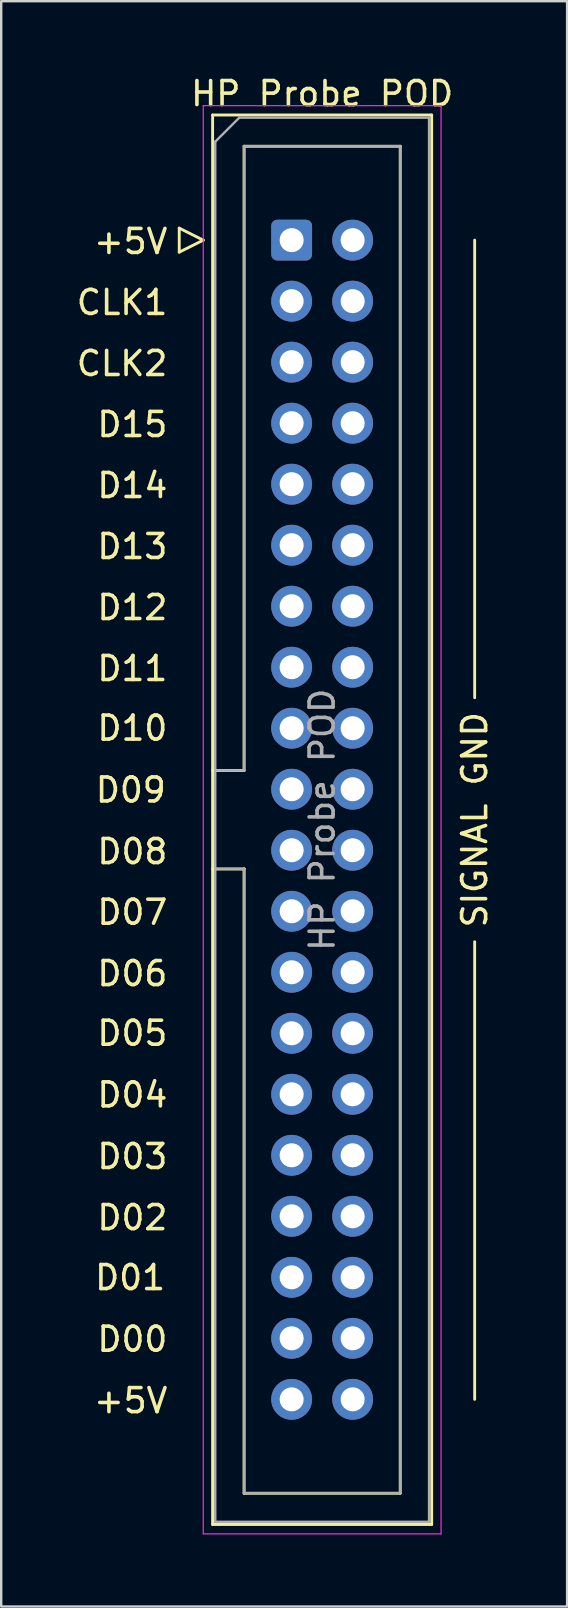
<source format=kicad_pcb>
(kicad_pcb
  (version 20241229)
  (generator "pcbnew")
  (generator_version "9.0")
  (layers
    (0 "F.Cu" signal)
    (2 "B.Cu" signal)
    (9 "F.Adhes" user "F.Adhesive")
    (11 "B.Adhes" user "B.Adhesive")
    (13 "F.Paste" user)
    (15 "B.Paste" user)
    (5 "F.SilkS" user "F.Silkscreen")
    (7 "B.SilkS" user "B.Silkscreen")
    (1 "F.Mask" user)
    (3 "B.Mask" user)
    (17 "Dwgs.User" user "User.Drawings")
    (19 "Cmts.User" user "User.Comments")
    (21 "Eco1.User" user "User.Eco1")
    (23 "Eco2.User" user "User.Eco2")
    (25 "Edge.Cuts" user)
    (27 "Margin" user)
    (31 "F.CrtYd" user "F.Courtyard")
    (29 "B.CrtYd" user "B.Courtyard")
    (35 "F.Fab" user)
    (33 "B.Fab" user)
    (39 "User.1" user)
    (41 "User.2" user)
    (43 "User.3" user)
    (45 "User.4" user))
  (footprint "HP Probe POD"
    (layer "F.Cu")
    (at 9.092 6.948)
    (property "Reference" "HP Probe POD" (at 1.27 -6.1 0) (layer "F.SilkS") (effects (font (size 1 1) (thickness 0.15))))
    (attr through_hole)
    (fp_line (start -4.68 -0.5) (end -4.68 0.5) (stroke (width 0.12) (type solid)) (layer "F.SilkS"))
    (fp_line (start -4.68 0.5) (end -3.68 0) (stroke (width 0.12) (type solid)) (layer "F.SilkS"))
    (fp_line (start -3.68 0) (end -4.68 -0.5) (stroke (width 0.12) (type solid)) (layer "F.SilkS"))
    (fp_line (start -3.29 -5.21) (end 5.83 -5.21) (stroke (width 0.12) (type solid)) (layer "F.SilkS"))
    (fp_line (start -3.29 22.08) (end -1.98 22.08) (stroke (width 0.12) (type solid)) (layer "F.SilkS"))
    (fp_line (start -3.29 53.47) (end -3.29 -5.21) (stroke (width 0.12) (type solid)) (layer "F.SilkS"))
    (fp_line (start -1.98 -3.91) (end 4.52 -3.91) (stroke (width 0.12) (type solid)) (layer "F.SilkS"))
    (fp_line (start -1.98 22.08) (end -1.98 -3.91) (stroke (width 0.12) (type solid)) (layer "F.SilkS"))
    (fp_line (start -1.98 26.18) (end -3.29 26.18) (stroke (width 0.12) (type solid)) (layer "F.SilkS"))
    (fp_line (start -1.98 26.18) (end -1.98 26.18) (stroke (width 0.12) (type solid)) (layer "F.SilkS"))
    (fp_line (start -1.98 52.17) (end -1.98 26.18) (stroke (width 0.12) (type solid)) (layer "F.SilkS"))
    (fp_line (start 4.52 -3.91) (end 4.52 52.17) (stroke (width 0.12) (type solid)) (layer "F.SilkS"))
    (fp_line (start 4.52 52.17) (end -1.98 52.17) (stroke (width 0.12) (type solid)) (layer "F.SilkS"))
    (fp_line (start 5.83 -5.21) (end 5.83 53.47) (stroke (width 0.12) (type solid)) (layer "F.SilkS"))
    (fp_line (start 5.83 53.47) (end -3.29 53.47) (stroke (width 0.12) (type solid)) (layer "F.SilkS"))
    (fp_line (start 7.62 19.05) (end 7.62 0) (stroke (width 0.12) (type solid)) (layer "F.SilkS"))
    (fp_line (start 7.62 29.21) (end 7.62 48.26) (stroke (width 0.12) (type solid)) (layer "F.SilkS"))
    (fp_line (start -3.68 -5.6) (end -3.68 53.86) (stroke (width 0.05) (type solid)) (layer "F.CrtYd"))
    (fp_line (start -3.68 53.86) (end 6.22 53.86) (stroke (width 0.05) (type solid)) (layer "F.CrtYd"))
    (fp_line (start 6.22 -5.6) (end -3.68 -5.6) (stroke (width 0.05) (type solid)) (layer "F.CrtYd"))
    (fp_line (start 6.22 53.86) (end 6.22 -5.6) (stroke (width 0.05) (type solid)) (layer "F.CrtYd"))
    (fp_line (start -3.18 -4.1) (end -2.18 -5.1) (stroke (width 0.1) (type solid)) (layer "F.Fab"))
    (fp_line (start -3.18 22.08) (end -1.98 22.08) (stroke (width 0.1) (type solid)) (layer "F.Fab"))
    (fp_line (start -3.18 53.36) (end -3.18 -4.1) (stroke (width 0.1) (type solid)) (layer "F.Fab"))
    (fp_line (start -2.18 -5.1) (end 5.72 -5.1) (stroke (width 0.1) (type solid)) (layer "F.Fab"))
    (fp_line (start -1.98 -3.91) (end 4.52 -3.91) (stroke (width 0.1) (type solid)) (layer "F.Fab"))
    (fp_line (start -1.98 22.08) (end -1.98 -3.91) (stroke (width 0.1) (type solid)) (layer "F.Fab"))
    (fp_line (start -1.98 26.18) (end -3.18 26.18) (stroke (width 0.1) (type solid)) (layer "F.Fab"))
    (fp_line (start -1.98 26.18) (end -1.98 26.18) (stroke (width 0.1) (type solid)) (layer "F.Fab"))
    (fp_line (start -1.98 52.17) (end -1.98 26.18) (stroke (width 0.1) (type solid)) (layer "F.Fab"))
    (fp_line (start 4.52 -3.91) (end 4.52 52.17) (stroke (width 0.1) (type solid)) (layer "F.Fab"))
    (fp_line (start 4.52 52.17) (end -1.98 52.17) (stroke (width 0.1) (type solid)) (layer "F.Fab"))
    (fp_line (start 5.72 -5.1) (end 5.72 53.36) (stroke (width 0.1) (type solid)) (layer "F.Fab"))
    (fp_line (start 5.72 53.36) (end -3.18 53.36) (stroke (width 0.1) (type solid)) (layer "F.Fab"))
    (fp_text user "D06" (at -5.08 30.536 0) (unlocked yes) (layer "F.SilkS") (effects (font (size 1 1) (thickness 0.15)) (justify right)))
    (fp_text user "D05" (at -5.08 33.02 0) (unlocked yes) (layer "F.SilkS") (effects (font (size 1 1) (thickness 0.15)) (justify right)))
    (fp_text user "+5V" (at -5.08 0.056 0) (unlocked yes) (layer "F.SilkS") (effects (font (size 1 1) (thickness 0.15)) (justify right)))
    (fp_text user "D11" (at -5.08 17.836 0) (unlocked yes) (layer "F.SilkS") (effects (font (size 1 1) (thickness 0.15)) (justify right)))
    (fp_text user "SIGNAL GND" (at 7.62 24.13 90) (unlocked yes) (layer "F.SilkS") (effects (font (size 1 1) (thickness 0.15))))
    (fp_text user "D15" (at -5.08 7.676 0) (unlocked yes) (layer "F.SilkS") (effects (font (size 1 1) (thickness 0.15)) (justify right)))
    (fp_text user "D00" (at -5.08 45.759 0) (unlocked yes) (layer "F.SilkS") (effects (font (size 1 1) (thickness 0.15)) (justify right)))
    (fp_text user "+5V" (at -5.08 48.316 0) (unlocked yes) (layer "F.SilkS") (effects (font (size 1 1) (thickness 0.15)) (justify right)))
    (fp_text user "D12" (at -5.08 15.296 0) (unlocked yes) (layer "F.SilkS") (effects (font (size 1 1) (thickness 0.15)) (justify right)))
    (fp_text user "D10" (at -5.08 20.317 0) (unlocked yes) (layer "F.SilkS") (effects (font (size 1 1) (thickness 0.15)) (justify right)))
    (fp_text user "D13" (at -5.08 12.756 0) (unlocked yes) (layer "F.SilkS") (effects (font (size 1 1) (thickness 0.15)) (justify right)))
    (fp_text user "D02" (at -5.08 40.696 0) (unlocked yes) (layer "F.SilkS") (effects (font (size 1 1) (thickness 0.15)) (justify right)))
    (fp_text user "D04" (at -5.08 35.587 0) (unlocked yes) (layer "F.SilkS") (effects (font (size 1 1) (thickness 0.15)) (justify right)))
    (fp_text user "D03" (at -5.08 38.153 0) (unlocked yes) (layer "F.SilkS") (effects (font (size 1 1) (thickness 0.15)) (justify right)))
    (fp_text user "CLK1" (at -5.08 2.596 0) (unlocked yes) (layer "F.SilkS") (effects (font (size 1 1) (thickness 0.15)) (justify right)))
    (fp_text user "D01" (at -5.175 43.192 0) (unlocked yes) (layer "F.SilkS") (effects (font (size 1 1) (thickness 0.15)) (justify right)))
    (fp_text user "D08" (at -5.08 25.456 0) (unlocked yes) (layer "F.SilkS") (effects (font (size 1 1) (thickness 0.15)) (justify right)))
    (fp_text user "D14" (at -5.08 10.216 0) (unlocked yes) (layer "F.SilkS") (effects (font (size 1 1) (thickness 0.15)) (justify right)))
    (fp_text user "D07" (at -5.08 27.982 0) (unlocked yes) (layer "F.SilkS") (effects (font (size 1 1) (thickness 0.15)) (justify right)))
    (fp_text user "D09" (at -5.146 22.892 0) (unlocked yes) (layer "F.SilkS") (effects (font (size 1 1) (thickness 0.15)) (justify right)))
    (fp_text user "CLK2" (at -5.08 5.136 0) (unlocked yes) (layer "F.SilkS") (effects (font (size 1 1) (thickness 0.15)) (justify right)))
    (fp_text user "${REFERENCE}" (at 1.27 24.13 90) (layer "F.Fab") (effects (font (size 1 1) (thickness 0.15))))
    (pad "1" thru_hole roundrect (at 0 0) (size 1.7 1.7) (drill 1) (layers "*.Cu" "*.Mask") (roundrect_rratio 0.147))
    (pad "2" thru_hole circle (at 2.54 0) (size 1.7 1.7) (drill 1) (layers "*.Cu" "*.Mask"))
    (pad "3" thru_hole circle (at 0 2.54) (size 1.7 1.7) (drill 1) (layers "*.Cu" "*.Mask"))
    (pad "4" thru_hole circle (at 2.54 2.54) (size 1.7 1.7) (drill 1) (layers "*.Cu" "*.Mask"))
    (pad "5" thru_hole circle (at 0 5.08) (size 1.7 1.7) (drill 1) (layers "*.Cu" "*.Mask"))
    (pad "6" thru_hole circle (at 2.54 5.08) (size 1.7 1.7) (drill 1) (layers "*.Cu" "*.Mask"))
    (pad "7" thru_hole circle (at 0 7.62) (size 1.7 1.7) (drill 1) (layers "*.Cu" "*.Mask"))
    (pad "8" thru_hole circle (at 2.54 7.62) (size 1.7 1.7) (drill 1) (layers "*.Cu" "*.Mask"))
    (pad "9" thru_hole circle (at 0 10.16) (size 1.7 1.7) (drill 1) (layers "*.Cu" "*.Mask"))
    (pad "10" thru_hole circle (at 2.54 10.16) (size 1.7 1.7) (drill 1) (layers "*.Cu" "*.Mask"))
    (pad "11" thru_hole circle (at 0 12.7) (size 1.7 1.7) (drill 1) (layers "*.Cu" "*.Mask"))
    (pad "12" thru_hole circle (at 2.54 12.7) (size 1.7 1.7) (drill 1) (layers "*.Cu" "*.Mask"))
    (pad "13" thru_hole circle (at 0 15.24) (size 1.7 1.7) (drill 1) (layers "*.Cu" "*.Mask"))
    (pad "14" thru_hole circle (at 2.54 15.24) (size 1.7 1.7) (drill 1) (layers "*.Cu" "*.Mask"))
    (pad "15" thru_hole circle (at 0 17.78) (size 1.7 1.7) (drill 1) (layers "*.Cu" "*.Mask"))
    (pad "16" thru_hole circle (at 2.54 17.78) (size 1.7 1.7) (drill 1) (layers "*.Cu" "*.Mask"))
    (pad "17" thru_hole circle (at 0 20.32) (size 1.7 1.7) (drill 1) (layers "*.Cu" "*.Mask"))
    (pad "18" thru_hole circle (at 2.54 20.32) (size 1.7 1.7) (drill 1) (layers "*.Cu" "*.Mask"))
    (pad "19" thru_hole circle (at 0 22.86) (size 1.7 1.7) (drill 1) (layers "*.Cu" "*.Mask"))
    (pad "20" thru_hole circle (at 2.54 22.86) (size 1.7 1.7) (drill 1) (layers "*.Cu" "*.Mask"))
    (pad "21" thru_hole circle (at 0 25.4) (size 1.7 1.7) (drill 1) (layers "*.Cu" "*.Mask"))
    (pad "22" thru_hole circle (at 2.54 25.4) (size 1.7 1.7) (drill 1) (layers "*.Cu" "*.Mask"))
    (pad "23" thru_hole circle (at 0 27.94) (size 1.7 1.7) (drill 1) (layers "*.Cu" "*.Mask"))
    (pad "24" thru_hole circle (at 2.54 27.94) (size 1.7 1.7) (drill 1) (layers "*.Cu" "*.Mask"))
    (pad "25" thru_hole circle (at 0 30.48) (size 1.7 1.7) (drill 1) (layers "*.Cu" "*.Mask"))
    (pad "26" thru_hole circle (at 2.54 30.48) (size 1.7 1.7) (drill 1) (layers "*.Cu" "*.Mask"))
    (pad "27" thru_hole circle (at 0 33.02) (size 1.7 1.7) (drill 1) (layers "*.Cu" "*.Mask"))
    (pad "28" thru_hole circle (at 2.54 33.02) (size 1.7 1.7) (drill 1) (layers "*.Cu" "*.Mask"))
    (pad "29" thru_hole circle (at 0 35.56) (size 1.7 1.7) (drill 1) (layers "*.Cu" "*.Mask"))
    (pad "30" thru_hole circle (at 2.54 35.56) (size 1.7 1.7) (drill 1) (layers "*.Cu" "*.Mask"))
    (pad "31" thru_hole circle (at 0 38.1) (size 1.7 1.7) (drill 1) (layers "*.Cu" "*.Mask"))
    (pad "32" thru_hole circle (at 2.54 38.1) (size 1.7 1.7) (drill 1) (layers "*.Cu" "*.Mask"))
    (pad "33" thru_hole circle (at 0 40.64) (size 1.7 1.7) (drill 1) (layers "*.Cu" "*.Mask"))
    (pad "34" thru_hole circle (at 2.54 40.64) (size 1.7 1.7) (drill 1) (layers "*.Cu" "*.Mask"))
    (pad "35" thru_hole circle (at 0 43.18) (size 1.7 1.7) (drill 1) (layers "*.Cu" "*.Mask"))
    (pad "36" thru_hole circle (at 2.54 43.18) (size 1.7 1.7) (drill 1) (layers "*.Cu" "*.Mask"))
    (pad "37" thru_hole circle (at 0 45.72) (size 1.7 1.7) (drill 1) (layers "*.Cu" "*.Mask"))
    (pad "38" thru_hole circle (at 2.54 45.72) (size 1.7 1.7) (drill 1) (layers "*.Cu" "*.Mask"))
    (pad "39" thru_hole circle (at 0 48.26) (size 1.7 1.7) (drill 1) (layers "*.Cu" "*.Mask"))
    (pad "40" thru_hole circle (at 2.54 48.26) (size 1.7 1.7) (drill 1) (layers "*.Cu" "*.Mask")))
  (gr_rect
    (start -3 -3)
    (end 20.56 63.833)
    (stroke (width 0.1) (type default))
    (fill no)
    (layer "Edge.Cuts")))
</source>
